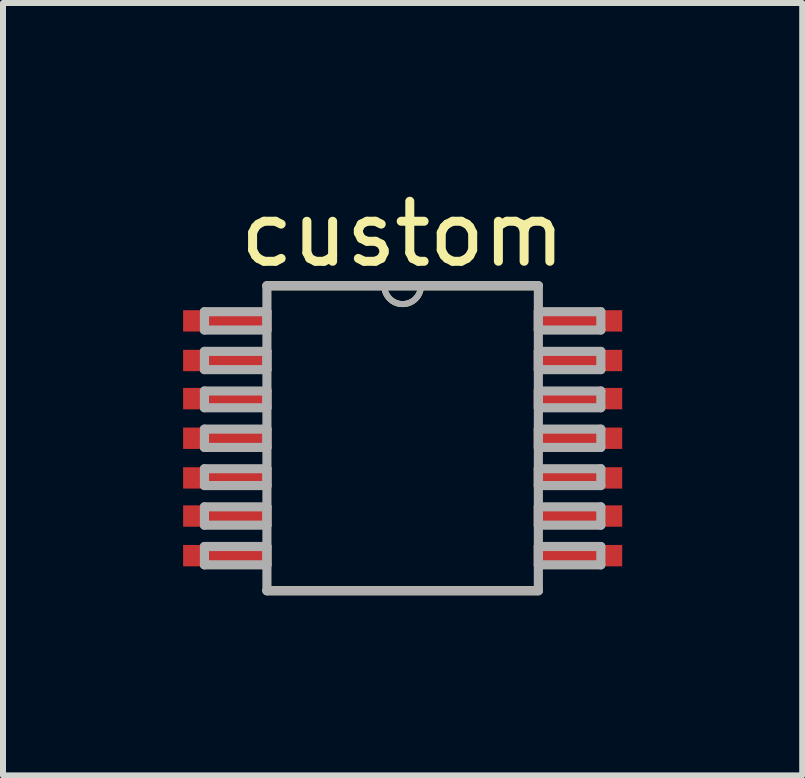
<source format=kicad_pcb>
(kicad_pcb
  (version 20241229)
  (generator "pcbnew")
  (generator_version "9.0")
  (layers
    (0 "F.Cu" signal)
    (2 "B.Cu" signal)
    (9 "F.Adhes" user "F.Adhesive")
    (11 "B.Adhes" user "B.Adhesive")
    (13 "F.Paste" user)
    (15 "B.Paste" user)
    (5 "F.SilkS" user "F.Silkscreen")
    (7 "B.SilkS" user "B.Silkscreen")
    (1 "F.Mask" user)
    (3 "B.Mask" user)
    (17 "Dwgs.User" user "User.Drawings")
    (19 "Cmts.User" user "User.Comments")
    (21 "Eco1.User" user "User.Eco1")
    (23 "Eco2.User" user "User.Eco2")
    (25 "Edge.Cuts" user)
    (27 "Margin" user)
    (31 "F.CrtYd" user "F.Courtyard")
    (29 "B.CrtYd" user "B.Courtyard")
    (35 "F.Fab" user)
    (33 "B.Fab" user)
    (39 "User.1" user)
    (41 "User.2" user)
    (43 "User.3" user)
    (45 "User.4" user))
  (footprint "custom"
    (layer "F.Cu")
    (at 3.785 4.099)
    (property "Reference" "custom" (at -0.127 -3.251 0) (unlocked yes) (layer "F.SilkS") (effects (font (size 1 1) (thickness 0.15))))
    (attr smd)
    (fp_line (start -2.388 2.692) (end 2.134 2.692) (stroke (width 0.152) (type solid)) (layer "F.SilkS"))
    (fp_line (start -0.432 -2.388) (end -2.388 -2.388) (stroke (width 0.152) (type solid)) (layer "F.SilkS"))
    (fp_line (start 0.178 -2.388) (end -0.432 -2.388) (stroke (width 0.152) (type solid)) (layer "F.SilkS"))
    (fp_line (start 2.134 -2.388) (end 0.178 -2.388) (stroke (width 0.152) (type solid)) (layer "F.SilkS"))
    (fp_arc (start 0.1778 -2.3876) (mid -0.127 -2.0828) (end -0.4318 -2.3876) (stroke (width 0.1) (type solid)) (layer "F.SilkS"))
    (fp_line (start -3.429 -1.956) (end -3.429 -1.651) (stroke (width 0.152) (type solid)) (layer "F.Fab"))
    (fp_line (start -3.429 -1.651) (end -2.388 -1.651) (stroke (width 0.152) (type solid)) (layer "F.Fab"))
    (fp_line (start -3.429 -1.295) (end -3.429 -0.991) (stroke (width 0.152) (type solid)) (layer "F.Fab"))
    (fp_line (start -3.429 -0.991) (end -2.388 -0.991) (stroke (width 0.152) (type solid)) (layer "F.Fab"))
    (fp_line (start -3.429 -0.635) (end -3.429 -0.356) (stroke (width 0.152) (type solid)) (layer "F.Fab"))
    (fp_line (start -3.429 -0.356) (end -2.388 -0.356) (stroke (width 0.152) (type solid)) (layer "F.Fab"))
    (fp_line (start -3.429 0) (end -3.429 0.305) (stroke (width 0.152) (type solid)) (layer "F.Fab"))
    (fp_line (start -3.429 0.305) (end -2.388 0.305) (stroke (width 0.152) (type solid)) (layer "F.Fab"))
    (fp_line (start -3.429 0.66) (end -3.429 0.94) (stroke (width 0.152) (type solid)) (layer "F.Fab"))
    (fp_line (start -3.429 0.94) (end -2.388 0.94) (stroke (width 0.152) (type solid)) (layer "F.Fab"))
    (fp_line (start -3.429 1.295) (end -3.429 1.6) (stroke (width 0.152) (type solid)) (layer "F.Fab"))
    (fp_line (start -3.429 1.6) (end -2.388 1.6) (stroke (width 0.152) (type solid)) (layer "F.Fab"))
    (fp_line (start -3.429 1.956) (end -3.429 2.261) (stroke (width 0.152) (type solid)) (layer "F.Fab"))
    (fp_line (start -3.429 2.261) (end -2.388 2.261) (stroke (width 0.152) (type solid)) (layer "F.Fab"))
    (fp_line (start -2.388 -2.388) (end -2.388 2.692) (stroke (width 0.152) (type solid)) (layer "F.Fab"))
    (fp_line (start -2.388 -1.956) (end -3.429 -1.956) (stroke (width 0.152) (type solid)) (layer "F.Fab"))
    (fp_line (start -2.388 -1.651) (end -2.388 -1.956) (stroke (width 0.152) (type solid)) (layer "F.Fab"))
    (fp_line (start -2.388 -1.295) (end -3.429 -1.295) (stroke (width 0.152) (type solid)) (layer "F.Fab"))
    (fp_line (start -2.388 -0.991) (end -2.388 -1.295) (stroke (width 0.152) (type solid)) (layer "F.Fab"))
    (fp_line (start -2.388 -0.635) (end -3.429 -0.635) (stroke (width 0.152) (type solid)) (layer "F.Fab"))
    (fp_line (start -2.388 -0.356) (end -2.388 -0.635) (stroke (width 0.152) (type solid)) (layer "F.Fab"))
    (fp_line (start -2.388 0) (end -3.429 0) (stroke (width 0.152) (type solid)) (layer "F.Fab"))
    (fp_line (start -2.388 0.305) (end -2.388 0) (stroke (width 0.152) (type solid)) (layer "F.Fab"))
    (fp_line (start -2.388 0.66) (end -3.429 0.66) (stroke (width 0.152) (type solid)) (layer "F.Fab"))
    (fp_line (start -2.388 0.94) (end -2.388 0.66) (stroke (width 0.152) (type solid)) (layer "F.Fab"))
    (fp_line (start -2.388 1.295) (end -3.429 1.295) (stroke (width 0.152) (type solid)) (layer "F.Fab"))
    (fp_line (start -2.388 1.6) (end -2.388 1.295) (stroke (width 0.152) (type solid)) (layer "F.Fab"))
    (fp_line (start -2.388 1.956) (end -3.429 1.956) (stroke (width 0.152) (type solid)) (layer "F.Fab"))
    (fp_line (start -2.388 2.261) (end -2.388 1.956) (stroke (width 0.152) (type solid)) (layer "F.Fab"))
    (fp_line (start -2.388 2.692) (end 2.134 2.692) (stroke (width 0.152) (type solid)) (layer "F.Fab"))
    (fp_line (start -0.432 -2.388) (end -2.388 -2.388) (stroke (width 0.152) (type solid)) (layer "F.Fab"))
    (fp_line (start 0.178 -2.388) (end -0.432 -2.388) (stroke (width 0.152) (type solid)) (layer "F.Fab"))
    (fp_line (start 2.134 -2.388) (end 0.178 -2.388) (stroke (width 0.152) (type solid)) (layer "F.Fab"))
    (fp_line (start 2.134 -1.956) (end 2.134 -1.651) (stroke (width 0.152) (type solid)) (layer "F.Fab"))
    (fp_line (start 2.134 -1.651) (end 3.175 -1.651) (stroke (width 0.152) (type solid)) (layer "F.Fab"))
    (fp_line (start 2.134 -1.295) (end 2.134 -0.991) (stroke (width 0.152) (type solid)) (layer "F.Fab"))
    (fp_line (start 2.134 -0.991) (end 3.175 -0.991) (stroke (width 0.152) (type solid)) (layer "F.Fab"))
    (fp_line (start 2.134 -0.635) (end 2.134 -0.356) (stroke (width 0.152) (type solid)) (layer "F.Fab"))
    (fp_line (start 2.134 -0.356) (end 3.175 -0.356) (stroke (width 0.152) (type solid)) (layer "F.Fab"))
    (fp_line (start 2.134 0) (end 2.134 0.305) (stroke (width 0.152) (type solid)) (layer "F.Fab"))
    (fp_line (start 2.134 0.305) (end 3.175 0.305) (stroke (width 0.152) (type solid)) (layer "F.Fab"))
    (fp_line (start 2.134 0.66) (end 2.134 0.94) (stroke (width 0.152) (type solid)) (layer "F.Fab"))
    (fp_line (start 2.134 0.94) (end 3.175 0.94) (stroke (width 0.152) (type solid)) (layer "F.Fab"))
    (fp_line (start 2.134 1.295) (end 2.134 1.6) (stroke (width 0.152) (type solid)) (layer "F.Fab"))
    (fp_line (start 2.134 1.6) (end 3.175 1.6) (stroke (width 0.152) (type solid)) (layer "F.Fab"))
    (fp_line (start 2.134 1.956) (end 2.134 2.261) (stroke (width 0.152) (type solid)) (layer "F.Fab"))
    (fp_line (start 2.134 2.261) (end 3.175 2.261) (stroke (width 0.152) (type solid)) (layer "F.Fab"))
    (fp_line (start 2.134 2.692) (end 2.134 -2.388) (stroke (width 0.152) (type solid)) (layer "F.Fab"))
    (fp_line (start 3.175 -1.956) (end 2.134 -1.956) (stroke (width 0.152) (type solid)) (layer "F.Fab"))
    (fp_line (start 3.175 -1.651) (end 3.175 -1.956) (stroke (width 0.152) (type solid)) (layer "F.Fab"))
    (fp_line (start 3.175 -1.295) (end 2.134 -1.295) (stroke (width 0.152) (type solid)) (layer "F.Fab"))
    (fp_line (start 3.175 -0.991) (end 3.175 -1.295) (stroke (width 0.152) (type solid)) (layer "F.Fab"))
    (fp_line (start 3.175 -0.635) (end 2.134 -0.635) (stroke (width 0.152) (type solid)) (layer "F.Fab"))
    (fp_line (start 3.175 -0.356) (end 3.175 -0.635) (stroke (width 0.152) (type solid)) (layer "F.Fab"))
    (fp_line (start 3.175 0) (end 2.134 0) (stroke (width 0.152) (type solid)) (layer "F.Fab"))
    (fp_line (start 3.175 0.305) (end 3.175 0) (stroke (width 0.152) (type solid)) (layer "F.Fab"))
    (fp_line (start 3.175 0.66) (end 2.134 0.66) (stroke (width 0.152) (type solid)) (layer "F.Fab"))
    (fp_line (start 3.175 0.94) (end 3.175 0.66) (stroke (width 0.152) (type solid)) (layer "F.Fab"))
    (fp_line (start 3.175 1.295) (end 2.134 1.295) (stroke (width 0.152) (type solid)) (layer "F.Fab"))
    (fp_line (start 3.175 1.6) (end 3.175 1.295) (stroke (width 0.152) (type solid)) (layer "F.Fab"))
    (fp_line (start 3.175 1.956) (end 2.134 1.956) (stroke (width 0.152) (type solid)) (layer "F.Fab"))
    (fp_line (start 3.175 2.261) (end 3.175 1.956) (stroke (width 0.152) (type solid)) (layer "F.Fab"))
    (fp_arc (start 0.1778 -2.3876) (mid -0.127 -2.0828) (end -0.4318 -2.3876) (stroke (width 0.1) (type solid)) (layer "F.Fab"))
    (pad "1" smd rect (at -3.048 -1.803) (size 1.473 0.356) (layers "F.Cu" "F.Mask" "F.Paste"))
    (pad "2" smd rect (at -3.048 -1.143) (size 1.473 0.356) (layers "F.Cu" "F.Mask" "F.Paste"))
    (pad "3" smd rect (at -3.048 -0.508) (size 1.473 0.356) (layers "F.Cu" "F.Mask" "F.Paste"))
    (pad "4" smd rect (at -3.048 0.152) (size 1.473 0.356) (layers "F.Cu" "F.Mask" "F.Paste"))
    (pad "5" smd rect (at -3.048 0.813) (size 1.473 0.356) (layers "F.Cu" "F.Mask" "F.Paste"))
    (pad "6" smd rect (at -3.048 1.448) (size 1.473 0.356) (layers "F.Cu" "F.Mask" "F.Paste"))
    (pad "7" smd rect (at -3.048 2.108) (size 1.473 0.356) (layers "F.Cu" "F.Mask" "F.Paste"))
    (pad "8" smd rect (at 2.794 2.108) (size 1.473 0.356) (layers "F.Cu" "F.Mask" "F.Paste"))
    (pad "9" smd rect (at 2.794 1.448) (size 1.473 0.356) (layers "F.Cu" "F.Mask" "F.Paste"))
    (pad "10" smd rect (at 2.794 0.813) (size 1.473 0.356) (layers "F.Cu" "F.Mask" "F.Paste"))
    (pad "11" smd rect (at 2.794 0.152) (size 1.473 0.356) (layers "F.Cu" "F.Mask" "F.Paste"))
    (pad "12" smd rect (at 2.794 -0.508) (size 1.473 0.356) (layers "F.Cu" "F.Mask" "F.Paste"))
    (pad "13" smd rect (at 2.794 -1.143) (size 1.473 0.356) (layers "F.Cu" "F.Mask" "F.Paste"))
    (pad "14" smd rect (at 2.794 -1.803) (size 1.473 0.356) (layers "F.Cu" "F.Mask" "F.Paste")))
  (gr_rect
    (start -3 -3)
    (end 10.315 9.868)
    (stroke (width 0.1) (type default))
    (fill no)
    (layer "Edge.Cuts")))
</source>
